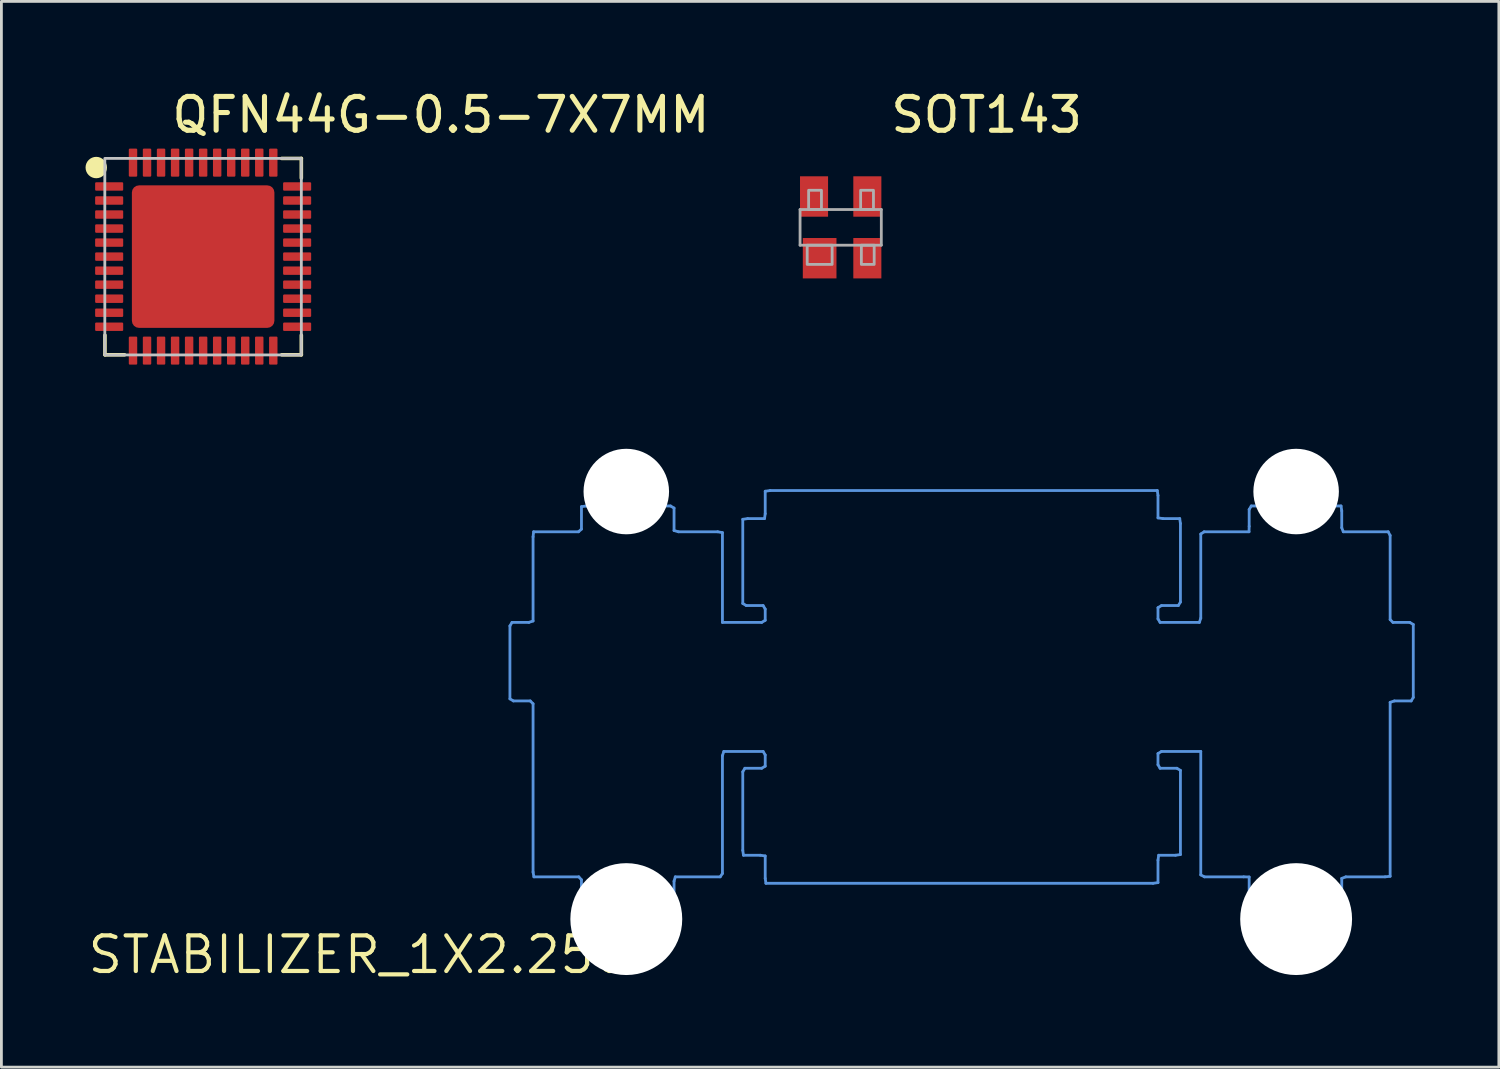
<source format=kicad_pcb>
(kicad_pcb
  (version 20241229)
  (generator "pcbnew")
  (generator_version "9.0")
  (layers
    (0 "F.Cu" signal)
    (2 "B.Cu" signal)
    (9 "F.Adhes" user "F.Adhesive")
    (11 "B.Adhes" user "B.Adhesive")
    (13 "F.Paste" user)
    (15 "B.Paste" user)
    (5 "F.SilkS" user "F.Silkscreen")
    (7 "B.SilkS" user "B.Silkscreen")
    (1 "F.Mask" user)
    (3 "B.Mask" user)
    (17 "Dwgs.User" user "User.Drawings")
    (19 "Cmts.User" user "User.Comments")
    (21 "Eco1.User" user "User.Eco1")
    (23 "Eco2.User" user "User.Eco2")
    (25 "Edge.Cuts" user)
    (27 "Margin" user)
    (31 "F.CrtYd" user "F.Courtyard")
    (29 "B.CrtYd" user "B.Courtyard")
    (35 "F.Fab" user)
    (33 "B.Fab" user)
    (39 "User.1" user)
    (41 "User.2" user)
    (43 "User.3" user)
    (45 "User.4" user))
  (footprint "SOT143"
    (layer "F.Cu")
    (at 26.916 5.054)
    (property "Reference" "SOT143" (at 1.695 -3.305 0) (layer "F.SilkS") (effects (font (size 1.206 1.206) (thickness 0.181)) (justify left bottom)))
    (attr through_hole)
    (fp_line (start -1.448 -0.635) (end 1.448 -0.635) (stroke (width 0.1) (type solid)) (layer "F.Fab"))
    (fp_line (start -1.448 0.635) (end -1.448 -0.635) (stroke (width 0.1) (type solid)) (layer "F.Fab"))
    (fp_line (start -1.448 0.635) (end 1.448 0.635) (stroke (width 0.1) (type solid)) (layer "F.Fab"))
    (fp_line (start 1.448 0.635) (end 1.448 -0.635) (stroke (width 0.1) (type solid)) (layer "F.Fab"))
    (fp_poly (pts (xy -1.194 1.321) (xy -0.305 1.321) (xy -0.305 0.635) (xy -1.194 0.635)) (stroke (width 0.1) (type solid)) (fill no) (layer "F.Fab"))
    (fp_poly (pts (xy -1.143 -0.635) (xy -0.686 -0.635) (xy -0.686 -1.321) (xy -1.143 -1.321)) (stroke (width 0.1) (type solid)) (fill no) (layer "F.Fab"))
    (fp_poly (pts (xy 0.711 -0.635) (xy 1.168 -0.635) (xy 1.168 -1.321) (xy 0.711 -1.321)) (stroke (width 0.1) (type solid)) (fill no) (layer "F.Fab"))
    (fp_poly (pts (xy 0.737 1.321) (xy 1.194 1.321) (xy 1.194 0.635) (xy 0.737 0.635)) (stroke (width 0.1) (type solid)) (fill no) (layer "F.Fab"))
    (pad "1" smd rect (at -0.75 1.1) (size 1.2 1.44) (layers "F.Cu" "F.Mask" "F.Paste"))
    (pad "2" smd rect (at 0.95 1.1) (size 1 1.44) (layers "F.Cu" "F.Mask" "F.Paste"))
    (pad "3" smd rect (at 0.95 -1.1) (size 1 1.44) (layers "F.Cu" "F.Mask" "F.Paste"))
    (pad "4" smd rect (at -0.95 -1.1) (size 1 1.44) (layers "F.Cu" "F.Mask" "F.Paste")))
  (footprint "STABILIZER_1X2.25U"
    (layer "F.Cu")
    (at 9.774 30.981)
    (property "Reference" "STABILIZER_1X2.25U" (at 0 0 0) (layer "F.SilkS") (effects (font (size 1.27 1.27) (thickness 0.15))))
    (attr through_hole)
    (fp_line (start 5.352 -11.721) (end 5.352 -9.121) (stroke (width 0.1) (type solid)) (layer "Cmts.User"))
    (fp_line (start 5.352 -9.121) (end 5.477 -9.046) (stroke (width 0.1) (type solid)) (layer "Cmts.User"))
    (fp_line (start 5.427 -11.846) (end 5.352 -11.721) (stroke (width 0.1) (type solid)) (layer "Cmts.User"))
    (fp_line (start 5.477 -9.046) (end 6.077 -9.046) (stroke (width 0.1) (type solid)) (layer "Cmts.User"))
    (fp_line (start 6.027 -11.846) (end 5.427 -11.846) (stroke (width 0.1) (type solid)) (layer "Cmts.User"))
    (fp_line (start 6.077 -9.046) (end 6.177 -8.946) (stroke (width 0.1) (type solid)) (layer "Cmts.User"))
    (fp_line (start 6.177 -14.896) (end 6.177 -11.896) (stroke (width 0.1) (type solid)) (layer "Cmts.User"))
    (fp_line (start 6.177 -11.896) (end 6.027 -11.846) (stroke (width 0.1) (type solid)) (layer "Cmts.User"))
    (fp_line (start 6.177 -8.946) (end 6.177 -2.946) (stroke (width 0.1) (type solid)) (layer "Cmts.User"))
    (fp_line (start 6.177 -2.946) (end 6.207 -2.776) (stroke (width 0.1) (type solid)) (layer "Cmts.User"))
    (fp_line (start 6.197 -15.076) (end 6.177 -14.896) (stroke (width 0.1) (type solid)) (layer "Cmts.User"))
    (fp_line (start 6.207 -2.776) (end 7.807 -2.776) (stroke (width 0.1) (type solid)) (layer "Cmts.User"))
    (fp_line (start 7.797 -15.076) (end 6.197 -15.076) (stroke (width 0.1) (type solid)) (layer "Cmts.User"))
    (fp_line (start 7.807 -2.776) (end 7.902 -2.671) (stroke (width 0.1) (type solid)) (layer "Cmts.User"))
    (fp_line (start 7.902 -15.971) (end 7.902 -15.171) (stroke (width 0.1) (type solid)) (layer "Cmts.User"))
    (fp_line (start 7.902 -15.171) (end 7.797 -15.076) (stroke (width 0.1) (type solid)) (layer "Cmts.User"))
    (fp_line (start 7.902 -2.671) (end 7.902 -1.871) (stroke (width 0.1) (type solid)) (layer "Cmts.User"))
    (fp_line (start 7.902 -1.871) (end 8.027 -1.796) (stroke (width 0.1) (type solid)) (layer "Cmts.User"))
    (fp_line (start 8.027 -1.796) (end 11.027 -1.796) (stroke (width 0.1) (type solid)) (layer "Cmts.User"))
    (fp_line (start 8.077 -15.996) (end 7.902 -15.971) (stroke (width 0.1) (type solid)) (layer "Cmts.User"))
    (fp_line (start 11.027 -1.796) (end 11.202 -1.821) (stroke (width 0.1) (type solid)) (layer "Cmts.User"))
    (fp_line (start 11.077 -15.996) (end 8.077 -15.996) (stroke (width 0.1) (type solid)) (layer "Cmts.User"))
    (fp_line (start 11.202 -15.921) (end 11.077 -15.996) (stroke (width 0.1) (type solid)) (layer "Cmts.User"))
    (fp_line (start 11.202 -15.121) (end 11.202 -15.921) (stroke (width 0.1) (type solid)) (layer "Cmts.User"))
    (fp_line (start 11.202 -2.621) (end 11.247 -2.776) (stroke (width 0.1) (type solid)) (layer "Cmts.User"))
    (fp_line (start 11.202 -1.821) (end 11.202 -2.621) (stroke (width 0.1) (type solid)) (layer "Cmts.User"))
    (fp_line (start 11.247 -2.776) (end 12.847 -2.776) (stroke (width 0.1) (type solid)) (layer "Cmts.User"))
    (fp_line (start 11.357 -15.076) (end 11.202 -15.121) (stroke (width 0.1) (type solid)) (layer "Cmts.User"))
    (fp_line (start 12.757 -15.076) (end 11.357 -15.076) (stroke (width 0.1) (type solid)) (layer "Cmts.User"))
    (fp_line (start 12.847 -2.776) (end 12.927 -2.896) (stroke (width 0.1) (type solid)) (layer "Cmts.User"))
    (fp_line (start 12.927 -15.046) (end 12.757 -15.076) (stroke (width 0.1) (type solid)) (layer "Cmts.User"))
    (fp_line (start 12.927 -11.846) (end 12.927 -15.046) (stroke (width 0.1) (type solid)) (layer "Cmts.User"))
    (fp_line (start 12.927 -7.096) (end 12.977 -7.246) (stroke (width 0.1) (type solid)) (layer "Cmts.User"))
    (fp_line (start 12.927 -2.896) (end 12.927 -7.096) (stroke (width 0.1) (type solid)) (layer "Cmts.User"))
    (fp_line (start 12.977 -7.246) (end 14.377 -7.246) (stroke (width 0.1) (type solid)) (layer "Cmts.User"))
    (fp_line (start 13.652 -15.521) (end 13.652 -12.521) (stroke (width 0.1) (type solid)) (layer "Cmts.User"))
    (fp_line (start 13.652 -12.521) (end 13.777 -12.446) (stroke (width 0.1) (type solid)) (layer "Cmts.User"))
    (fp_line (start 13.652 -6.521) (end 13.652 -3.721) (stroke (width 0.1) (type solid)) (layer "Cmts.User"))
    (fp_line (start 13.652 -3.721) (end 13.677 -3.546) (stroke (width 0.1) (type solid)) (layer "Cmts.User"))
    (fp_line (start 13.677 -3.546) (end 14.277 -3.546) (stroke (width 0.1) (type solid)) (layer "Cmts.User"))
    (fp_line (start 13.727 -6.646) (end 13.652 -6.521) (stroke (width 0.1) (type solid)) (layer "Cmts.User"))
    (fp_line (start 13.777 -12.446) (end 14.377 -12.446) (stroke (width 0.1) (type solid)) (layer "Cmts.User"))
    (fp_line (start 13.827 -15.546) (end 13.652 -15.521) (stroke (width 0.1) (type solid)) (layer "Cmts.User"))
    (fp_line (start 14.277 -3.546) (end 14.452 -3.521) (stroke (width 0.1) (type solid)) (layer "Cmts.User"))
    (fp_line (start 14.327 -11.846) (end 12.927 -11.846) (stroke (width 0.1) (type solid)) (layer "Cmts.User"))
    (fp_line (start 14.327 -6.646) (end 13.727 -6.646) (stroke (width 0.1) (type solid)) (layer "Cmts.User"))
    (fp_line (start 14.377 -7.246) (end 14.452 -7.121) (stroke (width 0.1) (type solid)) (layer "Cmts.User"))
    (fp_line (start 14.377 -12.446) (end 14.452 -12.321) (stroke (width 0.1) (type solid)) (layer "Cmts.User"))
    (fp_line (start 14.427 -15.546) (end 13.827 -15.546) (stroke (width 0.1) (type solid)) (layer "Cmts.User"))
    (fp_line (start 14.452 -16.521) (end 14.452 -15.721) (stroke (width 0.1) (type solid)) (layer "Cmts.User"))
    (fp_line (start 14.452 -15.721) (end 14.427 -15.546) (stroke (width 0.1) (type solid)) (layer "Cmts.User"))
    (fp_line (start 14.452 -12.321) (end 14.452 -11.921) (stroke (width 0.1) (type solid)) (layer "Cmts.User"))
    (fp_line (start 14.452 -11.921) (end 14.327 -11.846) (stroke (width 0.1) (type solid)) (layer "Cmts.User"))
    (fp_line (start 14.452 -7.121) (end 14.452 -6.721) (stroke (width 0.1) (type solid)) (layer "Cmts.User"))
    (fp_line (start 14.452 -6.721) (end 14.327 -6.646) (stroke (width 0.1) (type solid)) (layer "Cmts.User"))
    (fp_line (start 14.452 -3.521) (end 14.452 -2.721) (stroke (width 0.1) (type solid)) (layer "Cmts.User"))
    (fp_line (start 14.452 -2.721) (end 14.477 -2.546) (stroke (width 0.1) (type solid)) (layer "Cmts.User"))
    (fp_line (start 14.477 -2.546) (end 28.277 -2.546) (stroke (width 0.1) (type solid)) (layer "Cmts.User"))
    (fp_line (start 14.627 -16.546) (end 14.452 -16.521) (stroke (width 0.1) (type solid)) (layer "Cmts.User"))
    (fp_line (start 28.277 -2.546) (end 28.452 -2.571) (stroke (width 0.1) (type solid)) (layer "Cmts.User"))
    (fp_line (start 28.427 -16.546) (end 14.627 -16.546) (stroke (width 0.1) (type solid)) (layer "Cmts.User"))
    (fp_line (start 28.452 -16.371) (end 28.427 -16.546) (stroke (width 0.1) (type solid)) (layer "Cmts.User"))
    (fp_line (start 28.452 -15.571) (end 28.452 -16.371) (stroke (width 0.1) (type solid)) (layer "Cmts.User"))
    (fp_line (start 28.452 -12.371) (end 28.577 -12.446) (stroke (width 0.1) (type solid)) (layer "Cmts.User"))
    (fp_line (start 28.452 -11.971) (end 28.452 -12.371) (stroke (width 0.1) (type solid)) (layer "Cmts.User"))
    (fp_line (start 28.452 -7.171) (end 28.577 -7.246) (stroke (width 0.1) (type solid)) (layer "Cmts.User"))
    (fp_line (start 28.452 -6.771) (end 28.452 -7.171) (stroke (width 0.1) (type solid)) (layer "Cmts.User"))
    (fp_line (start 28.452 -3.371) (end 28.477 -3.546) (stroke (width 0.1) (type solid)) (layer "Cmts.User"))
    (fp_line (start 28.452 -2.571) (end 28.452 -3.371) (stroke (width 0.1) (type solid)) (layer "Cmts.User"))
    (fp_line (start 28.477 -3.546) (end 29.077 -3.546) (stroke (width 0.1) (type solid)) (layer "Cmts.User"))
    (fp_line (start 28.527 -6.646) (end 28.452 -6.771) (stroke (width 0.1) (type solid)) (layer "Cmts.User"))
    (fp_line (start 28.527 -11.846) (end 28.452 -11.971) (stroke (width 0.1) (type solid)) (layer "Cmts.User"))
    (fp_line (start 28.577 -12.446) (end 29.177 -12.446) (stroke (width 0.1) (type solid)) (layer "Cmts.User"))
    (fp_line (start 28.577 -7.246) (end 29.977 -7.246) (stroke (width 0.1) (type solid)) (layer "Cmts.User"))
    (fp_line (start 28.627 -15.546) (end 28.452 -15.571) (stroke (width 0.1) (type solid)) (layer "Cmts.User"))
    (fp_line (start 29.077 -3.546) (end 29.252 -3.571) (stroke (width 0.1) (type solid)) (layer "Cmts.User"))
    (fp_line (start 29.127 -6.646) (end 28.527 -6.646) (stroke (width 0.1) (type solid)) (layer "Cmts.User"))
    (fp_line (start 29.177 -12.446) (end 29.252 -12.571) (stroke (width 0.1) (type solid)) (layer "Cmts.User"))
    (fp_line (start 29.227 -15.546) (end 28.627 -15.546) (stroke (width 0.1) (type solid)) (layer "Cmts.User"))
    (fp_line (start 29.252 -15.371) (end 29.227 -15.546) (stroke (width 0.1) (type solid)) (layer "Cmts.User"))
    (fp_line (start 29.252 -12.571) (end 29.252 -15.371) (stroke (width 0.1) (type solid)) (layer "Cmts.User"))
    (fp_line (start 29.252 -6.571) (end 29.127 -6.646) (stroke (width 0.1) (type solid)) (layer "Cmts.User"))
    (fp_line (start 29.252 -3.571) (end 29.252 -6.571) (stroke (width 0.1) (type solid)) (layer "Cmts.User"))
    (fp_line (start 29.927 -11.846) (end 28.527 -11.846) (stroke (width 0.1) (type solid)) (layer "Cmts.User"))
    (fp_line (start 29.977 -14.996) (end 29.977 -11.996) (stroke (width 0.1) (type solid)) (layer "Cmts.User"))
    (fp_line (start 29.977 -11.996) (end 29.927 -11.846) (stroke (width 0.1) (type solid)) (layer "Cmts.User"))
    (fp_line (start 29.977 -7.246) (end 29.977 -2.846) (stroke (width 0.1) (type solid)) (layer "Cmts.User"))
    (fp_line (start 29.977 -2.846) (end 30.107 -2.776) (stroke (width 0.1) (type solid)) (layer "Cmts.User"))
    (fp_line (start 30.097 -15.076) (end 29.977 -14.996) (stroke (width 0.1) (type solid)) (layer "Cmts.User"))
    (fp_line (start 30.107 -2.776) (end 31.507 -2.776) (stroke (width 0.1) (type solid)) (layer "Cmts.User"))
    (fp_line (start 31.507 -2.776) (end 31.702 -2.771) (stroke (width 0.1) (type solid)) (layer "Cmts.User"))
    (fp_line (start 31.697 -15.076) (end 30.097 -15.076) (stroke (width 0.1) (type solid)) (layer "Cmts.User"))
    (fp_line (start 31.702 -15.871) (end 31.702 -15.271) (stroke (width 0.1) (type solid)) (layer "Cmts.User"))
    (fp_line (start 31.702 -15.271) (end 31.697 -15.076) (stroke (width 0.1) (type solid)) (layer "Cmts.User"))
    (fp_line (start 31.702 -2.771) (end 31.702 -1.971) (stroke (width 0.1) (type solid)) (layer "Cmts.User"))
    (fp_line (start 31.702 -1.971) (end 31.727 -1.796) (stroke (width 0.1) (type solid)) (layer "Cmts.User"))
    (fp_line (start 31.727 -1.796) (end 34.927 -1.796) (stroke (width 0.1) (type solid)) (layer "Cmts.User"))
    (fp_line (start 31.777 -15.996) (end 31.702 -15.871) (stroke (width 0.1) (type solid)) (layer "Cmts.User"))
    (fp_line (start 34.927 -1.796) (end 35.002 -1.921) (stroke (width 0.1) (type solid)) (layer "Cmts.User"))
    (fp_line (start 34.977 -15.996) (end 31.777 -15.996) (stroke (width 0.1) (type solid)) (layer "Cmts.User"))
    (fp_line (start 35.002 -15.821) (end 34.977 -15.996) (stroke (width 0.1) (type solid)) (layer "Cmts.User"))
    (fp_line (start 35.002 -15.221) (end 35.002 -15.821) (stroke (width 0.1) (type solid)) (layer "Cmts.User"))
    (fp_line (start 35.002 -2.721) (end 35.147 -2.776) (stroke (width 0.1) (type solid)) (layer "Cmts.User"))
    (fp_line (start 35.002 -1.921) (end 35.002 -2.721) (stroke (width 0.1) (type solid)) (layer "Cmts.User"))
    (fp_line (start 35.057 -15.076) (end 35.002 -15.221) (stroke (width 0.1) (type solid)) (layer "Cmts.User"))
    (fp_line (start 35.147 -2.776) (end 36.547 -2.776) (stroke (width 0.1) (type solid)) (layer "Cmts.User"))
    (fp_line (start 36.547 -2.776) (end 36.727 -2.796) (stroke (width 0.1) (type solid)) (layer "Cmts.User"))
    (fp_line (start 36.657 -15.076) (end 35.057 -15.076) (stroke (width 0.1) (type solid)) (layer "Cmts.User"))
    (fp_line (start 36.727 -14.946) (end 36.657 -15.076) (stroke (width 0.1) (type solid)) (layer "Cmts.User"))
    (fp_line (start 36.727 -11.946) (end 36.727 -14.946) (stroke (width 0.1) (type solid)) (layer "Cmts.User"))
    (fp_line (start 36.727 -8.996) (end 36.877 -9.046) (stroke (width 0.1) (type solid)) (layer "Cmts.User"))
    (fp_line (start 36.727 -2.796) (end 36.727 -8.996) (stroke (width 0.1) (type solid)) (layer "Cmts.User"))
    (fp_line (start 36.827 -11.846) (end 36.727 -11.946) (stroke (width 0.1) (type solid)) (layer "Cmts.User"))
    (fp_line (start 36.877 -9.046) (end 37.477 -9.046) (stroke (width 0.1) (type solid)) (layer "Cmts.User"))
    (fp_line (start 37.427 -11.846) (end 36.827 -11.846) (stroke (width 0.1) (type solid)) (layer "Cmts.User"))
    (fp_line (start 37.477 -9.046) (end 37.552 -9.171) (stroke (width 0.1) (type solid)) (layer "Cmts.User"))
    (fp_line (start 37.552 -11.771) (end 37.427 -11.846) (stroke (width 0.1) (type solid)) (layer "Cmts.User"))
    (fp_line (start 37.552 -9.171) (end 37.552 -11.771) (stroke (width 0.1) (type solid)) (layer "Cmts.User"))
    (pad "" np_thru_hole circle (at 9.5 -16.51) (size 3.048 3.048) (drill 3.048) (layers "*.Cu" "*.Mask"))
    (pad "" np_thru_hole circle (at 9.5 -1.27) (size 3.988 3.988) (drill 3.988) (layers "*.Cu" "*.Mask"))
    (pad "" np_thru_hole circle (at 33.376 -16.51) (size 3.048 3.048) (drill 3.048) (layers "*.Cu" "*.Mask"))
    (pad "" np_thru_hole circle (at 33.376 -1.27) (size 3.988 3.988) (drill 3.988) (layers "*.Cu" "*.Mask")))
  (footprint "QFN44G-0.5-7X7MM"
    (layer "F.Cu")
    (at 4.191 6.097)
    (property "Reference" "QFN44G-0.5-7X7MM" (at -1.206 -4.348 0) (layer "F.SilkS") (effects (font (size 1.206 1.206) (thickness 0.181)) (justify left bottom)))
    (attr through_hole)
    (fp_line (start -3.5 2.8) (end -3.5 3.5) (stroke (width 0.127) (type solid)) (layer "F.SilkS"))
    (fp_line (start -3.5 3.5) (end -2.8 3.5) (stroke (width 0.127) (type solid)) (layer "F.SilkS"))
    (fp_line (start 2.8 3.5) (end 3.5 3.5) (stroke (width 0.127) (type solid)) (layer "F.SilkS"))
    (fp_line (start 3.5 -3.5) (end 2.8 -3.5) (stroke (width 0.127) (type solid)) (layer "F.SilkS"))
    (fp_line (start 3.5 -2.8) (end 3.5 -3.5) (stroke (width 0.127) (type solid)) (layer "F.SilkS"))
    (fp_line (start 3.5 3.5) (end 3.5 2.8) (stroke (width 0.127) (type solid)) (layer "F.SilkS"))
    (fp_circle (center -3.81 -3.175) (end -3.619 -3.175) (stroke (width 0.381) (type solid)) (fill no) (layer "F.SilkS"))
    (fp_poly (pts (xy -3.505 3.505) (xy 3.5 3.505) (xy 3.5 -3.5) (xy -3.505 -3.5)) (stroke (width 0.1) (type solid)) (fill no) (layer "Dwgs.User"))
    (pad "1" smd roundrect (at -3.35 -2.5 180) (size 1 0.3) (layers "F.Cu" "F.Mask" "F.Paste") (roundrect_rratio 0.125))
    (pad "2" smd roundrect (at -3.35 -2 180) (size 1 0.3) (layers "F.Cu" "F.Mask" "F.Paste") (roundrect_rratio 0.125))
    (pad "3" smd roundrect (at -3.35 -1.5 180) (size 1 0.3) (layers "F.Cu" "F.Mask" "F.Paste") (roundrect_rratio 0.125))
    (pad "4" smd roundrect (at -3.35 -1 180) (size 1 0.3) (layers "F.Cu" "F.Mask" "F.Paste") (roundrect_rratio 0.125))
    (pad "5" smd roundrect (at -3.35 -0.5 180) (size 1 0.3) (layers "F.Cu" "F.Mask" "F.Paste") (roundrect_rratio 0.125))
    (pad "6" smd roundrect (at -3.35 0 180) (size 1 0.3) (layers "F.Cu" "F.Mask" "F.Paste") (roundrect_rratio 0.125))
    (pad "7" smd roundrect (at -3.35 0.5 180) (size 1 0.3) (layers "F.Cu" "F.Mask" "F.Paste") (roundrect_rratio 0.125))
    (pad "8" smd roundrect (at -3.35 1 180) (size 1 0.3) (layers "F.Cu" "F.Mask" "F.Paste") (roundrect_rratio 0.125))
    (pad "9" smd roundrect (at -3.35 1.5 180) (size 1 0.3) (layers "F.Cu" "F.Mask" "F.Paste") (roundrect_rratio 0.125))
    (pad "10" smd roundrect (at -3.35 2 180) (size 1 0.3) (layers "F.Cu" "F.Mask" "F.Paste") (roundrect_rratio 0.125))
    (pad "11" smd roundrect (at -3.35 2.5 180) (size 1 0.3) (layers "F.Cu" "F.Mask" "F.Paste") (roundrect_rratio 0.125))
    (pad "12" smd roundrect (at -2.5 3.35 270) (size 1 0.3) (layers "F.Cu" "F.Mask" "F.Paste") (roundrect_rratio 0.125))
    (pad "13" smd roundrect (at -2 3.35 270) (size 1 0.3) (layers "F.Cu" "F.Mask" "F.Paste") (roundrect_rratio 0.125))
    (pad "14" smd roundrect (at -1.5 3.35 270) (size 1 0.3) (layers "F.Cu" "F.Mask" "F.Paste") (roundrect_rratio 0.125))
    (pad "15" smd roundrect (at -1 3.35 270) (size 1 0.3) (layers "F.Cu" "F.Mask" "F.Paste") (roundrect_rratio 0.125))
    (pad "16" smd roundrect (at -0.5 3.35 270) (size 1 0.3) (layers "F.Cu" "F.Mask" "F.Paste") (roundrect_rratio 0.125))
    (pad "17" smd roundrect (at 0 3.35 270) (size 1 0.3) (layers "F.Cu" "F.Mask" "F.Paste") (roundrect_rratio 0.125))
    (pad "18" smd roundrect (at 0.5 3.35 270) (size 1 0.3) (layers "F.Cu" "F.Mask" "F.Paste") (roundrect_rratio 0.125))
    (pad "19" smd roundrect (at 1 3.35 270) (size 1 0.3) (layers "F.Cu" "F.Mask" "F.Paste") (roundrect_rratio 0.125))
    (pad "20" smd roundrect (at 1.5 3.35 270) (size 1 0.3) (layers "F.Cu" "F.Mask" "F.Paste") (roundrect_rratio 0.125))
    (pad "21" smd roundrect (at 2 3.35 270) (size 1 0.3) (layers "F.Cu" "F.Mask" "F.Paste") (roundrect_rratio 0.125))
    (pad "22" smd roundrect (at 2.5 3.35 270) (size 1 0.3) (layers "F.Cu" "F.Mask" "F.Paste") (roundrect_rratio 0.125))
    (pad "23" smd roundrect (at 3.35 2.5) (size 1 0.3) (layers "F.Cu" "F.Mask" "F.Paste") (roundrect_rratio 0.125))
    (pad "24" smd roundrect (at 3.35 2) (size 1 0.3) (layers "F.Cu" "F.Mask" "F.Paste") (roundrect_rratio 0.125))
    (pad "25" smd roundrect (at 3.35 1.5) (size 1 0.3) (layers "F.Cu" "F.Mask" "F.Paste") (roundrect_rratio 0.125))
    (pad "26" smd roundrect (at 3.35 1) (size 1 0.3) (layers "F.Cu" "F.Mask" "F.Paste") (roundrect_rratio 0.125))
    (pad "27" smd roundrect (at 3.35 0.5) (size 1 0.3) (layers "F.Cu" "F.Mask" "F.Paste") (roundrect_rratio 0.125))
    (pad "28" smd roundrect (at 3.35 0) (size 1 0.3) (layers "F.Cu" "F.Mask" "F.Paste") (roundrect_rratio 0.125))
    (pad "29" smd roundrect (at 3.35 -0.5) (size 1 0.3) (layers "F.Cu" "F.Mask" "F.Paste") (roundrect_rratio 0.125))
    (pad "30" smd roundrect (at 3.35 -1) (size 1 0.3) (layers "F.Cu" "F.Mask" "F.Paste") (roundrect_rratio 0.125))
    (pad "31" smd roundrect (at 3.35 -1.5) (size 1 0.3) (layers "F.Cu" "F.Mask" "F.Paste") (roundrect_rratio 0.125))
    (pad "32" smd roundrect (at 3.35 -2) (size 1 0.3) (layers "F.Cu" "F.Mask" "F.Paste") (roundrect_rratio 0.125))
    (pad "33" smd roundrect (at 3.35 -2.5) (size 1 0.3) (layers "F.Cu" "F.Mask" "F.Paste") (roundrect_rratio 0.125))
    (pad "34" smd roundrect (at 2.5 -3.35 90) (size 1 0.3) (layers "F.Cu" "F.Mask" "F.Paste") (roundrect_rratio 0.125))
    (pad "35" smd roundrect (at 2 -3.35 90) (size 1 0.3) (layers "F.Cu" "F.Mask" "F.Paste") (roundrect_rratio 0.125))
    (pad "36" smd roundrect (at 1.5 -3.35 90) (size 1 0.3) (layers "F.Cu" "F.Mask" "F.Paste") (roundrect_rratio 0.125))
    (pad "37" smd roundrect (at 1 -3.35 90) (size 1 0.3) (layers "F.Cu" "F.Mask" "F.Paste") (roundrect_rratio 0.125))
    (pad "38" smd roundrect (at 0.5 -3.35 90) (size 1 0.3) (layers "F.Cu" "F.Mask" "F.Paste") (roundrect_rratio 0.125))
    (pad "39" smd roundrect (at 0 -3.35 90) (size 1 0.3) (layers "F.Cu" "F.Mask" "F.Paste") (roundrect_rratio 0.125))
    (pad "40" smd roundrect (at -0.5 -3.35 90) (size 1 0.3) (layers "F.Cu" "F.Mask" "F.Paste") (roundrect_rratio 0.125))
    (pad "41" smd roundrect (at -1 -3.35 90) (size 1 0.3) (layers "F.Cu" "F.Mask" "F.Paste") (roundrect_rratio 0.125))
    (pad "42" smd roundrect (at -1.5 -3.35 90) (size 1 0.3) (layers "F.Cu" "F.Mask" "F.Paste") (roundrect_rratio 0.125))
    (pad "43" smd roundrect (at -2 -3.35 90) (size 1 0.3) (layers "F.Cu" "F.Mask" "F.Paste") (roundrect_rratio 0.125))
    (pad "44" smd roundrect (at -2.5 -3.35 90) (size 1 0.3) (layers "F.Cu" "F.Mask" "F.Paste") (roundrect_rratio 0.125))
    (pad "TAB" smd roundrect (at 0 0) (size 5.08 5.08) (layers "F.Cu" "F.Mask" "F.Paste") (roundrect_rratio 0.05)))
  (gr_rect
    (start -3 -3)
    (end 50.376 34.988)
    (stroke (width 0.1) (type default))
    (fill no)
    (layer "Edge.Cuts")))
</source>
